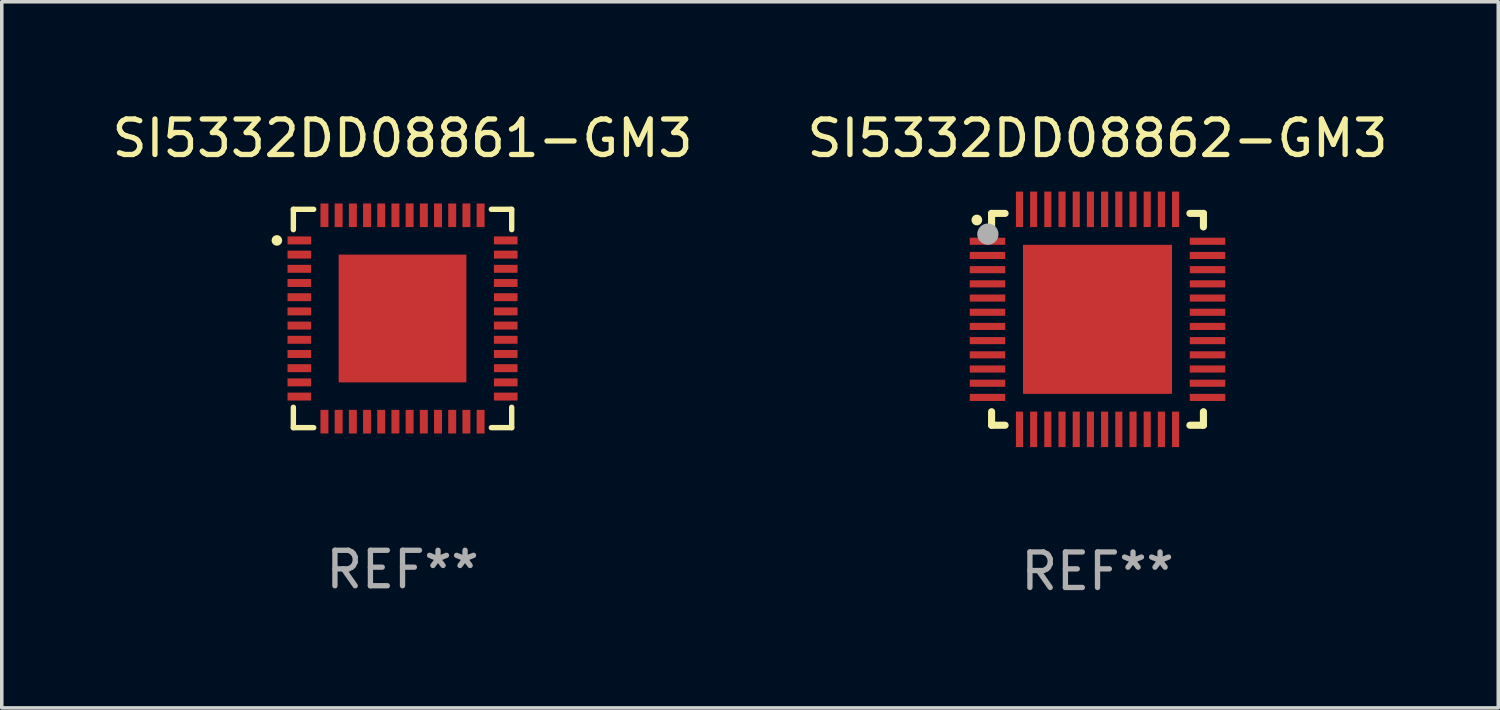
<source format=kicad_pcb>
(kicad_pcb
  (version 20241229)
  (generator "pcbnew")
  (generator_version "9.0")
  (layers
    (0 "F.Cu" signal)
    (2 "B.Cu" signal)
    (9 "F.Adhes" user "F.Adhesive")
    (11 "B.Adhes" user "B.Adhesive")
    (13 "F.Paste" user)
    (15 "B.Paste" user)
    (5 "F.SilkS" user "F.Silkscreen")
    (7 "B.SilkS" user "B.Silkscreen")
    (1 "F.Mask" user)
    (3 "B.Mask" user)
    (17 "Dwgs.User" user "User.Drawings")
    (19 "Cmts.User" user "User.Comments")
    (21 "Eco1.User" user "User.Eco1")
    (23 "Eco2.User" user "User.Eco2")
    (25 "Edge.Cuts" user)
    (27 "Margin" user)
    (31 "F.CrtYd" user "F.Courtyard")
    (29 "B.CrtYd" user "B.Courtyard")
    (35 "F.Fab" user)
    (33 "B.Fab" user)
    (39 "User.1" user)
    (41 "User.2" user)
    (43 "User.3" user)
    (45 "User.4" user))
  (footprint "SI5332DD08861-GM3"
    (layer "F.Cu")
    (at 8.292 5.924)
    (property "Reference" "SI5332DD08861-GM3" (at 0 -5.076 0) (layer "F.SilkS") (effects (font (size 1 1) (thickness 0.15))))
    (attr through_hole)
    (fp_line (start -3.076 -3.076) (end -3.076 -2.503) (stroke (width 0.152) (type solid)) (layer "F.SilkS"))
    (fp_line (start -3.076 3.076) (end -3.076 2.503) (stroke (width 0.152) (type solid)) (layer "F.SilkS"))
    (fp_line (start -2.503 -3.076) (end -3.076 -3.076) (stroke (width 0.152) (type solid)) (layer "F.SilkS"))
    (fp_line (start -2.503 3.076) (end -3.076 3.076) (stroke (width 0.152) (type solid)) (layer "F.SilkS"))
    (fp_line (start 2.503 -3.076) (end 3.076 -3.076) (stroke (width 0.152) (type solid)) (layer "F.SilkS"))
    (fp_line (start 2.503 3.076) (end 3.076 3.076) (stroke (width 0.152) (type solid)) (layer "F.SilkS"))
    (fp_line (start 3.076 -3.076) (end 3.076 -2.503) (stroke (width 0.152) (type solid)) (layer "F.SilkS"))
    (fp_line (start 3.076 3.076) (end 3.076 2.503) (stroke (width 0.152) (type solid)) (layer "F.SilkS"))
    (fp_circle (center -3.54 -2.2) (end -3.465 -2.2) (stroke (width 0.15) (type solid)) (fill no) (layer "F.SilkS"))
    (fp_text user "REF**" (at 0 7.076 0) (layer "F.Fab") (effects (font (size 1 1) (thickness 0.15))))
    (pad "1" smd rect (at -2.908 -2.2) (size 0.665 0.224) (layers "F.Cu" "F.Mask" "F.Paste"))
    (pad "2" smd rect (at -2.908 -1.8) (size 0.665 0.224) (layers "F.Cu" "F.Mask" "F.Paste"))
    (pad "3" smd rect (at -2.908 -1.4) (size 0.665 0.224) (layers "F.Cu" "F.Mask" "F.Paste"))
    (pad "4" smd rect (at -2.908 -1) (size 0.665 0.224) (layers "F.Cu" "F.Mask" "F.Paste"))
    (pad "5" smd rect (at -2.908 -0.6) (size 0.665 0.224) (layers "F.Cu" "F.Mask" "F.Paste"))
    (pad "6" smd rect (at -2.908 -0.2) (size 0.665 0.224) (layers "F.Cu" "F.Mask" "F.Paste"))
    (pad "7" smd rect (at -2.908 0.2) (size 0.665 0.224) (layers "F.Cu" "F.Mask" "F.Paste"))
    (pad "8" smd rect (at -2.908 0.6) (size 0.665 0.224) (layers "F.Cu" "F.Mask" "F.Paste"))
    (pad "9" smd rect (at -2.908 1) (size 0.665 0.224) (layers "F.Cu" "F.Mask" "F.Paste"))
    (pad "10" smd rect (at -2.908 1.4) (size 0.665 0.224) (layers "F.Cu" "F.Mask" "F.Paste"))
    (pad "11" smd rect (at -2.908 1.8) (size 0.665 0.224) (layers "F.Cu" "F.Mask" "F.Paste"))
    (pad "12" smd rect (at -2.908 2.2) (size 0.665 0.224) (layers "F.Cu" "F.Mask" "F.Paste"))
    (pad "13" smd rect (at -2.2 2.908) (size 0.224 0.665) (layers "F.Cu" "F.Mask" "F.Paste"))
    (pad "14" smd rect (at -1.8 2.908) (size 0.224 0.665) (layers "F.Cu" "F.Mask" "F.Paste"))
    (pad "15" smd rect (at -1.4 2.908) (size 0.224 0.665) (layers "F.Cu" "F.Mask" "F.Paste"))
    (pad "16" smd rect (at -1 2.908) (size 0.224 0.665) (layers "F.Cu" "F.Mask" "F.Paste"))
    (pad "17" smd rect (at -0.6 2.908) (size 0.224 0.665) (layers "F.Cu" "F.Mask" "F.Paste"))
    (pad "18" smd rect (at -0.2 2.908) (size 0.224 0.665) (layers "F.Cu" "F.Mask" "F.Paste"))
    (pad "19" smd rect (at 0.2 2.908) (size 0.224 0.665) (layers "F.Cu" "F.Mask" "F.Paste"))
    (pad "20" smd rect (at 0.6 2.908) (size 0.224 0.665) (layers "F.Cu" "F.Mask" "F.Paste"))
    (pad "21" smd rect (at 1 2.908) (size 0.224 0.665) (layers "F.Cu" "F.Mask" "F.Paste"))
    (pad "22" smd rect (at 1.4 2.908) (size 0.224 0.665) (layers "F.Cu" "F.Mask" "F.Paste"))
    (pad "23" smd rect (at 1.8 2.908) (size 0.224 0.665) (layers "F.Cu" "F.Mask" "F.Paste"))
    (pad "24" smd rect (at 2.2 2.908) (size 0.224 0.665) (layers "F.Cu" "F.Mask" "F.Paste"))
    (pad "25" smd rect (at 2.908 2.2) (size 0.665 0.224) (layers "F.Cu" "F.Mask" "F.Paste"))
    (pad "26" smd rect (at 2.908 1.8) (size 0.665 0.224) (layers "F.Cu" "F.Mask" "F.Paste"))
    (pad "27" smd rect (at 2.908 1.4) (size 0.665 0.224) (layers "F.Cu" "F.Mask" "F.Paste"))
    (pad "28" smd rect (at 2.908 1) (size 0.665 0.224) (layers "F.Cu" "F.Mask" "F.Paste"))
    (pad "29" smd rect (at 2.908 0.6) (size 0.665 0.224) (layers "F.Cu" "F.Mask" "F.Paste"))
    (pad "30" smd rect (at 2.908 0.2) (size 0.665 0.224) (layers "F.Cu" "F.Mask" "F.Paste"))
    (pad "31" smd rect (at 2.908 -0.2) (size 0.665 0.224) (layers "F.Cu" "F.Mask" "F.Paste"))
    (pad "32" smd rect (at 2.908 -0.6) (size 0.665 0.224) (layers "F.Cu" "F.Mask" "F.Paste"))
    (pad "33" smd rect (at 2.908 -1) (size 0.665 0.224) (layers "F.Cu" "F.Mask" "F.Paste"))
    (pad "34" smd rect (at 2.908 -1.4) (size 0.665 0.224) (layers "F.Cu" "F.Mask" "F.Paste"))
    (pad "35" smd rect (at 2.908 -1.8) (size 0.665 0.224) (layers "F.Cu" "F.Mask" "F.Paste"))
    (pad "36" smd rect (at 2.908 -2.2) (size 0.665 0.224) (layers "F.Cu" "F.Mask" "F.Paste"))
    (pad "37" smd rect (at 2.2 -2.908) (size 0.224 0.665) (layers "F.Cu" "F.Mask" "F.Paste"))
    (pad "38" smd rect (at 1.8 -2.908) (size 0.224 0.665) (layers "F.Cu" "F.Mask" "F.Paste"))
    (pad "39" smd rect (at 1.4 -2.908) (size 0.224 0.665) (layers "F.Cu" "F.Mask" "F.Paste"))
    (pad "40" smd rect (at 1 -2.908) (size 0.224 0.665) (layers "F.Cu" "F.Mask" "F.Paste"))
    (pad "41" smd rect (at 0.6 -2.908) (size 0.224 0.665) (layers "F.Cu" "F.Mask" "F.Paste"))
    (pad "42" smd rect (at 0.2 -2.908) (size 0.224 0.665) (layers "F.Cu" "F.Mask" "F.Paste"))
    (pad "43" smd rect (at -0.2 -2.908) (size 0.224 0.665) (layers "F.Cu" "F.Mask" "F.Paste"))
    (pad "44" smd rect (at -0.6 -2.908) (size 0.224 0.665) (layers "F.Cu" "F.Mask" "F.Paste"))
    (pad "45" smd rect (at -1 -2.908) (size 0.224 0.665) (layers "F.Cu" "F.Mask" "F.Paste"))
    (pad "46" smd rect (at -1.4 -2.908) (size 0.224 0.665) (layers "F.Cu" "F.Mask" "F.Paste"))
    (pad "47" smd rect (at -1.8 -2.908) (size 0.224 0.665) (layers "F.Cu" "F.Mask" "F.Paste"))
    (pad "48" smd rect (at -2.2 -2.908) (size 0.224 0.665) (layers "F.Cu" "F.Mask" "F.Paste"))
    (pad "49" smd rect (at 0 0) (size 3.6 3.6) (layers "F.Cu" "F.Mask" "F.Paste")))
  (footprint "SI5332DD08862-GM3"
    (layer "F.Cu")
    (at 27.875 5.948)
    (property "Reference" "SI5332DD08862-GM3" (at 0 -5.1 0) (layer "F.SilkS") (effects (font (size 1 1) (thickness 0.15))))
    (attr through_hole)
    (fp_line (start -2.985 -2.985) (end -2.604 -2.985) (stroke (width 0.2) (type solid)) (layer "F.SilkS"))
    (fp_line (start -2.985 -2.604) (end -2.985 -2.985) (stroke (width 0.2) (type solid)) (layer "F.SilkS"))
    (fp_line (start -2.985 2.984) (end -2.985 2.603) (stroke (width 0.2) (type solid)) (layer "F.SilkS"))
    (fp_line (start -2.604 2.984) (end -2.985 2.984) (stroke (width 0.2) (type solid)) (layer "F.SilkS"))
    (fp_line (start 2.603 -2.985) (end 2.984 -2.985) (stroke (width 0.2) (type solid)) (layer "F.SilkS"))
    (fp_line (start 2.984 -2.985) (end 2.984 -2.604) (stroke (width 0.2) (type solid)) (layer "F.SilkS"))
    (fp_line (start 2.984 2.603) (end 2.984 2.984) (stroke (width 0.2) (type solid)) (layer "F.SilkS"))
    (fp_line (start 2.984 2.984) (end 2.603 2.984) (stroke (width 0.2) (type solid)) (layer "F.SilkS"))
    (fp_arc (start -3.400076 -2.797562) (mid -3.400081 -2.798806) (end -3.400076 -2.800051) (stroke (width 0.3) (type solid)) (layer "F.SilkS"))
    (fp_circle (center -3 -3) (end -2.97 -3) (stroke (width 0.06) (type solid)) (fill no) (layer "F.SilkS"))
    (fp_circle (center -3.09 -2.4) (end -2.94 -2.4) (stroke (width 0.3) (type solid)) (fill no) (layer "F.Fab"))
    (fp_text user "REF**" (at 0 7.1 0) (layer "F.Fab") (effects (font (size 1 1) (thickness 0.15))))
    (pad "1" smd rect (at -3.1 -2.2) (size 1 0.2) (layers "F.Cu" "F.Mask" "F.Paste"))
    (pad "2" smd rect (at -3.1 -1.8) (size 1 0.2) (layers "F.Cu" "F.Mask" "F.Paste"))
    (pad "3" smd rect (at -3.1 -1.4) (size 1 0.2) (layers "F.Cu" "F.Mask" "F.Paste"))
    (pad "4" smd rect (at -3.1 -1) (size 1 0.2) (layers "F.Cu" "F.Mask" "F.Paste"))
    (pad "5" smd rect (at -3.1 -0.6) (size 1 0.2) (layers "F.Cu" "F.Mask" "F.Paste"))
    (pad "6" smd rect (at -3.1 -0.2) (size 1 0.2) (layers "F.Cu" "F.Mask" "F.Paste"))
    (pad "7" smd rect (at -3.1 0.2) (size 1 0.2) (layers "F.Cu" "F.Mask" "F.Paste"))
    (pad "8" smd rect (at -3.1 0.6) (size 1 0.2) (layers "F.Cu" "F.Mask" "F.Paste"))
    (pad "9" smd rect (at -3.1 1) (size 1 0.2) (layers "F.Cu" "F.Mask" "F.Paste"))
    (pad "10" smd rect (at -3.1 1.4) (size 1 0.2) (layers "F.Cu" "F.Mask" "F.Paste"))
    (pad "11" smd rect (at -3.1 1.8) (size 1 0.2) (layers "F.Cu" "F.Mask" "F.Paste"))
    (pad "12" smd rect (at -3.1 2.2) (size 1 0.2) (layers "F.Cu" "F.Mask" "F.Paste"))
    (pad "13" smd rect (at -2.2 3.1) (size 0.2 1) (layers "F.Cu" "F.Mask" "F.Paste"))
    (pad "14" smd rect (at -1.8 3.1) (size 0.2 1) (layers "F.Cu" "F.Mask" "F.Paste"))
    (pad "15" smd rect (at -1.4 3.1) (size 0.2 1) (layers "F.Cu" "F.Mask" "F.Paste"))
    (pad "16" smd rect (at -1 3.1) (size 0.2 1) (layers "F.Cu" "F.Mask" "F.Paste"))
    (pad "17" smd rect (at -0.6 3.1) (size 0.2 1) (layers "F.Cu" "F.Mask" "F.Paste"))
    (pad "18" smd rect (at -0.2 3.1) (size 0.2 1) (layers "F.Cu" "F.Mask" "F.Paste"))
    (pad "19" smd rect (at 0.2 3.1) (size 0.2 1) (layers "F.Cu" "F.Mask" "F.Paste"))
    (pad "20" smd rect (at 0.6 3.1) (size 0.2 1) (layers "F.Cu" "F.Mask" "F.Paste"))
    (pad "21" smd rect (at 1 3.1) (size 0.2 1) (layers "F.Cu" "F.Mask" "F.Paste"))
    (pad "22" smd rect (at 1.4 3.1) (size 0.2 1) (layers "F.Cu" "F.Mask" "F.Paste"))
    (pad "23" smd rect (at 1.8 3.1) (size 0.2 1) (layers "F.Cu" "F.Mask" "F.Paste"))
    (pad "24" smd rect (at 2.2 3.1) (size 0.2 1) (layers "F.Cu" "F.Mask" "F.Paste"))
    (pad "25" smd rect (at 3.1 2.2) (size 1 0.2) (layers "F.Cu" "F.Mask" "F.Paste"))
    (pad "26" smd rect (at 3.1 1.8) (size 1 0.2) (layers "F.Cu" "F.Mask" "F.Paste"))
    (pad "27" smd rect (at 3.1 1.4) (size 1 0.2) (layers "F.Cu" "F.Mask" "F.Paste"))
    (pad "28" smd rect (at 3.1 1) (size 1 0.2) (layers "F.Cu" "F.Mask" "F.Paste"))
    (pad "29" smd rect (at 3.1 0.6) (size 1 0.2) (layers "F.Cu" "F.Mask" "F.Paste"))
    (pad "30" smd rect (at 3.1 0.2) (size 1 0.2) (layers "F.Cu" "F.Mask" "F.Paste"))
    (pad "31" smd rect (at 3.1 -0.2) (size 1 0.2) (layers "F.Cu" "F.Mask" "F.Paste"))
    (pad "32" smd rect (at 3.1 -0.6) (size 1 0.2) (layers "F.Cu" "F.Mask" "F.Paste"))
    (pad "33" smd rect (at 3.1 -1) (size 1 0.2) (layers "F.Cu" "F.Mask" "F.Paste"))
    (pad "34" smd rect (at 3.1 -1.4) (size 1 0.2) (layers "F.Cu" "F.Mask" "F.Paste"))
    (pad "35" smd rect (at 3.1 -1.8) (size 1 0.2) (layers "F.Cu" "F.Mask" "F.Paste"))
    (pad "36" smd rect (at 3.1 -2.2) (size 1 0.2) (layers "F.Cu" "F.Mask" "F.Paste"))
    (pad "37" smd rect (at 2.2 -3.1) (size 0.2 1) (layers "F.Cu" "F.Mask" "F.Paste"))
    (pad "38" smd rect (at 1.8 -3.1) (size 0.2 1) (layers "F.Cu" "F.Mask" "F.Paste"))
    (pad "39" smd rect (at 1.4 -3.1) (size 0.2 1) (layers "F.Cu" "F.Mask" "F.Paste"))
    (pad "40" smd rect (at 1 -3.1) (size 0.2 1) (layers "F.Cu" "F.Mask" "F.Paste"))
    (pad "41" smd rect (at 0.6 -3.1) (size 0.2 1) (layers "F.Cu" "F.Mask" "F.Paste"))
    (pad "42" smd rect (at 0.2 -3.1) (size 0.2 1) (layers "F.Cu" "F.Mask" "F.Paste"))
    (pad "43" smd rect (at -0.2 -3.1) (size 0.2 1) (layers "F.Cu" "F.Mask" "F.Paste"))
    (pad "44" smd rect (at -0.6 -3.1) (size 0.2 1) (layers "F.Cu" "F.Mask" "F.Paste"))
    (pad "45" smd rect (at -1 -3.1) (size 0.2 1) (layers "F.Cu" "F.Mask" "F.Paste"))
    (pad "46" smd rect (at -1.4 -3.1) (size 0.2 1) (layers "F.Cu" "F.Mask" "F.Paste"))
    (pad "47" smd rect (at -1.8 -3.1) (size 0.2 1) (layers "F.Cu" "F.Mask" "F.Paste"))
    (pad "48" smd rect (at -2.2 -3.1) (size 0.2 1) (layers "F.Cu" "F.Mask" "F.Paste"))
    (pad "49" smd rect (at -0.000127 0) (size 4.2 4.2) (layers "F.Cu" "F.Mask" "F.Paste")))
  (gr_rect
    (start -3 -3)
    (end 39.167 16.897)
    (stroke (width 0.1) (type default))
    (fill no)
    (layer "Edge.Cuts")))
</source>
